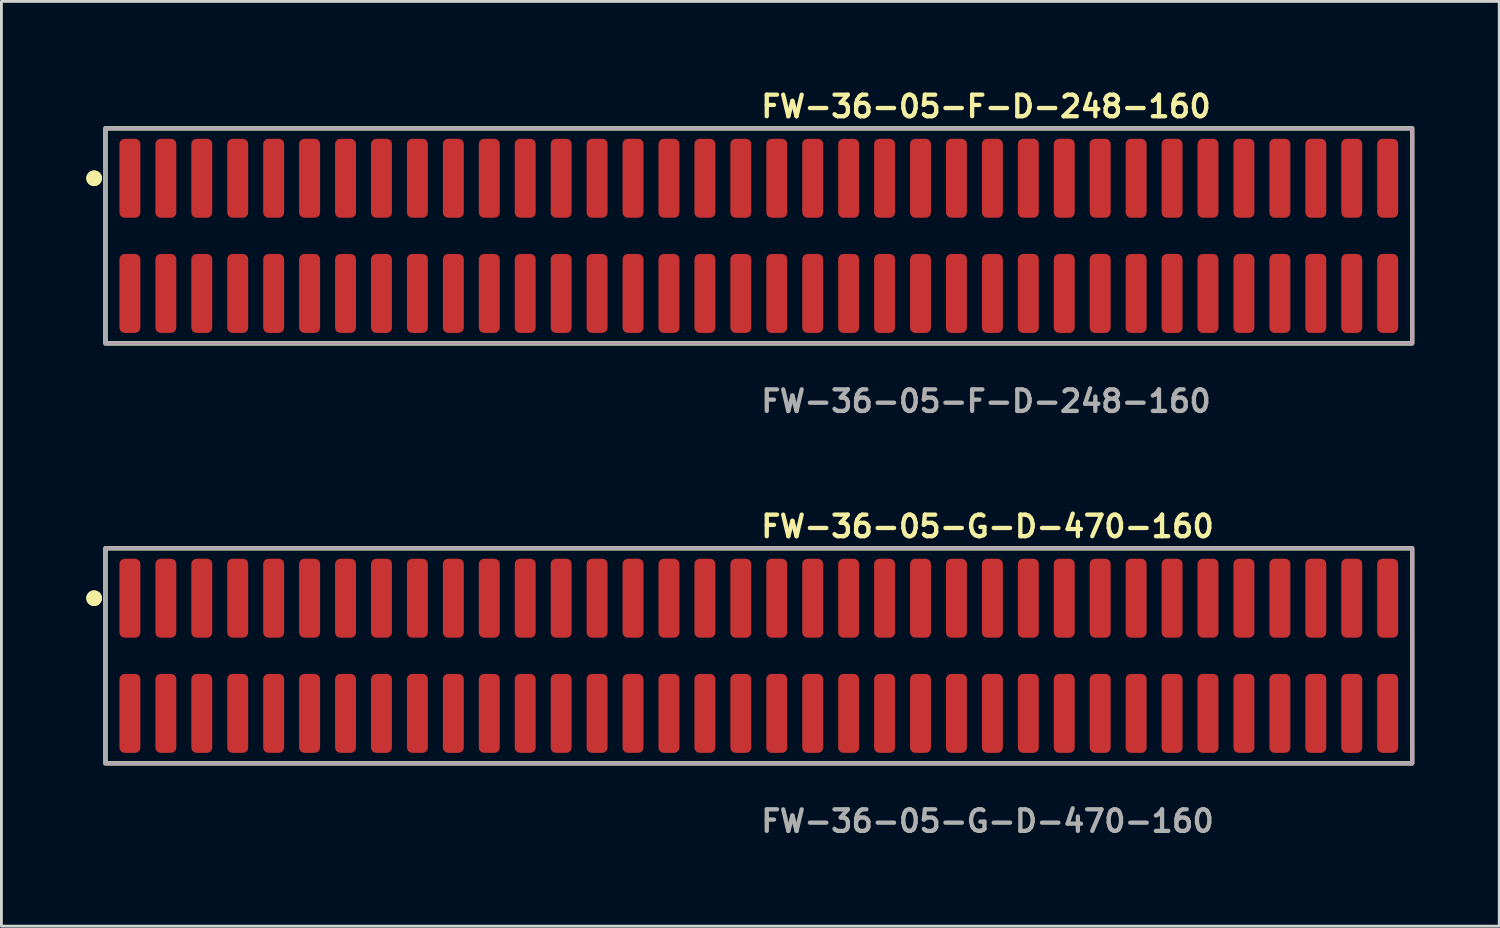
<source format=kicad_pcb>
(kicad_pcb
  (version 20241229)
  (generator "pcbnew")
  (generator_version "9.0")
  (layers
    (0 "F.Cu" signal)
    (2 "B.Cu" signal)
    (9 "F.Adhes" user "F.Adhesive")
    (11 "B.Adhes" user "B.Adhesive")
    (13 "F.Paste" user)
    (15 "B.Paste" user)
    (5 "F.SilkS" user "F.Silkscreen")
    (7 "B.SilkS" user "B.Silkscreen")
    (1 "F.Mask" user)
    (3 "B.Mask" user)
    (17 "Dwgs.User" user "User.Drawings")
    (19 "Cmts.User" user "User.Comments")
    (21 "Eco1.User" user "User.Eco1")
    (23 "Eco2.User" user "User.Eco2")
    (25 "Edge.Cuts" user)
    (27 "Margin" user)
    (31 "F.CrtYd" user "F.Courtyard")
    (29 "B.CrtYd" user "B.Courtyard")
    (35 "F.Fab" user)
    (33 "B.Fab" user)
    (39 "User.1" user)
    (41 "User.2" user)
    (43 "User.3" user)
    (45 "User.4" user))
  (footprint "FW-36-05-F-D-248-160"
    (layer "F.Cu")
    (at 23.766 5.285)
    (property "Reference" "FW-36-05-F-D-248-160" (at 0 -4.572 0) (unlocked yes) (layer "F.SilkS") (effects (font (size 0.762 0.762) (thickness 0.152)) (justify left)))
    (fp_rect (start -23.09 3.8) (end 23.09 -3.8) (stroke (width 0.152) (type solid)) (fill no) (layer "F.SilkS"))
    (fp_circle (center -23.49 -2.035) (end -23.69 -2.035) (stroke (width 0.152) (type solid)) (fill yes) (layer "F.SilkS"))
    (fp_circle (center -23.49 -2.035) (end -23.69 -2.035) (stroke (width 0.152) (type solid)) (fill yes) (layer "F.SilkS"))
    (fp_rect (start -23.09 3.8) (end 23.09 -3.8) (stroke (width 0.006) (type solid)) (fill no) (layer "F.CrtYd"))
    (fp_rect (start -23.09 3.8) (end 23.09 -3.8) (stroke (width 0.152) (type solid)) (fill no) (layer "F.Fab"))
    (fp_text user "${REFERENCE}" (at 0 5.842 0) (unlocked yes) (layer "F.Fab") (effects (font (size 0.762 0.762) (thickness 0.152)) (justify left)))
    (pad "1" smd roundrect (at -22.225 -2.035) (size 0.74 2.79) (layers "F.Cu" "F.Paste") (roundrect_rratio 0.25))
    (pad "2" smd roundrect (at -22.225 2.035) (size 0.74 2.79) (layers "F.Cu" "F.Paste") (roundrect_rratio 0.25))
    (pad "3" smd roundrect (at -20.955 -2.035) (size 0.74 2.79) (layers "F.Cu" "F.Paste") (roundrect_rratio 0.25))
    (pad "4" smd roundrect (at -20.955 2.035) (size 0.74 2.79) (layers "F.Cu" "F.Paste") (roundrect_rratio 0.25))
    (pad "5" smd roundrect (at -19.685 -2.035) (size 0.74 2.79) (layers "F.Cu" "F.Paste") (roundrect_rratio 0.25))
    (pad "6" smd roundrect (at -19.685 2.035) (size 0.74 2.79) (layers "F.Cu" "F.Paste") (roundrect_rratio 0.25))
    (pad "7" smd roundrect (at -18.415 -2.035) (size 0.74 2.79) (layers "F.Cu" "F.Paste") (roundrect_rratio 0.25))
    (pad "8" smd roundrect (at -18.415 2.035) (size 0.74 2.79) (layers "F.Cu" "F.Paste") (roundrect_rratio 0.25))
    (pad "9" smd roundrect (at -17.145 -2.035) (size 0.74 2.79) (layers "F.Cu" "F.Paste") (roundrect_rratio 0.25))
    (pad "10" smd roundrect (at -17.145 2.035) (size 0.74 2.79) (layers "F.Cu" "F.Paste") (roundrect_rratio 0.25))
    (pad "11" smd roundrect (at -15.875 -2.035) (size 0.74 2.79) (layers "F.Cu" "F.Paste") (roundrect_rratio 0.25))
    (pad "12" smd roundrect (at -15.875 2.035) (size 0.74 2.79) (layers "F.Cu" "F.Paste") (roundrect_rratio 0.25))
    (pad "13" smd roundrect (at -14.605 -2.035) (size 0.74 2.79) (layers "F.Cu" "F.Paste") (roundrect_rratio 0.25))
    (pad "14" smd roundrect (at -14.605 2.035) (size 0.74 2.79) (layers "F.Cu" "F.Paste") (roundrect_rratio 0.25))
    (pad "15" smd roundrect (at -13.335 -2.035) (size 0.74 2.79) (layers "F.Cu" "F.Paste") (roundrect_rratio 0.25))
    (pad "16" smd roundrect (at -13.335 2.035) (size 0.74 2.79) (layers "F.Cu" "F.Paste") (roundrect_rratio 0.25))
    (pad "17" smd roundrect (at -12.065 -2.035) (size 0.74 2.79) (layers "F.Cu" "F.Paste") (roundrect_rratio 0.25))
    (pad "18" smd roundrect (at -12.065 2.035) (size 0.74 2.79) (layers "F.Cu" "F.Paste") (roundrect_rratio 0.25))
    (pad "19" smd roundrect (at -10.795 -2.035) (size 0.74 2.79) (layers "F.Cu" "F.Paste") (roundrect_rratio 0.25))
    (pad "20" smd roundrect (at -10.795 2.035) (size 0.74 2.79) (layers "F.Cu" "F.Paste") (roundrect_rratio 0.25))
    (pad "21" smd roundrect (at -9.525 -2.035) (size 0.74 2.79) (layers "F.Cu" "F.Paste") (roundrect_rratio 0.25))
    (pad "22" smd roundrect (at -9.525 2.035) (size 0.74 2.79) (layers "F.Cu" "F.Paste") (roundrect_rratio 0.25))
    (pad "23" smd roundrect (at -8.255 -2.035) (size 0.74 2.79) (layers "F.Cu" "F.Paste") (roundrect_rratio 0.25))
    (pad "24" smd roundrect (at -8.255 2.035) (size 0.74 2.79) (layers "F.Cu" "F.Paste") (roundrect_rratio 0.25))
    (pad "25" smd roundrect (at -6.985 -2.035) (size 0.74 2.79) (layers "F.Cu" "F.Paste") (roundrect_rratio 0.25))
    (pad "26" smd roundrect (at -6.985 2.035) (size 0.74 2.79) (layers "F.Cu" "F.Paste") (roundrect_rratio 0.25))
    (pad "27" smd roundrect (at -5.715 -2.035) (size 0.74 2.79) (layers "F.Cu" "F.Paste") (roundrect_rratio 0.25))
    (pad "28" smd roundrect (at -5.715 2.035) (size 0.74 2.79) (layers "F.Cu" "F.Paste") (roundrect_rratio 0.25))
    (pad "29" smd roundrect (at -4.445 -2.035) (size 0.74 2.79) (layers "F.Cu" "F.Paste") (roundrect_rratio 0.25))
    (pad "30" smd roundrect (at -4.445 2.035) (size 0.74 2.79) (layers "F.Cu" "F.Paste") (roundrect_rratio 0.25))
    (pad "31" smd roundrect (at -3.175 -2.035) (size 0.74 2.79) (layers "F.Cu" "F.Paste") (roundrect_rratio 0.25))
    (pad "32" smd roundrect (at -3.175 2.035) (size 0.74 2.79) (layers "F.Cu" "F.Paste") (roundrect_rratio 0.25))
    (pad "33" smd roundrect (at -1.905 -2.035) (size 0.74 2.79) (layers "F.Cu" "F.Paste") (roundrect_rratio 0.25))
    (pad "34" smd roundrect (at -1.905 2.035) (size 0.74 2.79) (layers "F.Cu" "F.Paste") (roundrect_rratio 0.25))
    (pad "35" smd roundrect (at -0.635 -2.035) (size 0.74 2.79) (layers "F.Cu" "F.Paste") (roundrect_rratio 0.25))
    (pad "36" smd roundrect (at -0.635 2.035) (size 0.74 2.79) (layers "F.Cu" "F.Paste") (roundrect_rratio 0.25))
    (pad "37" smd roundrect (at 0.635 -2.035) (size 0.74 2.79) (layers "F.Cu" "F.Paste") (roundrect_rratio 0.25))
    (pad "38" smd roundrect (at 0.635 2.035) (size 0.74 2.79) (layers "F.Cu" "F.Paste") (roundrect_rratio 0.25))
    (pad "39" smd roundrect (at 1.905 -2.035) (size 0.74 2.79) (layers "F.Cu" "F.Paste") (roundrect_rratio 0.25))
    (pad "40" smd roundrect (at 1.905 2.035) (size 0.74 2.79) (layers "F.Cu" "F.Paste") (roundrect_rratio 0.25))
    (pad "41" smd roundrect (at 3.175 -2.035) (size 0.74 2.79) (layers "F.Cu" "F.Paste") (roundrect_rratio 0.25))
    (pad "42" smd roundrect (at 3.175 2.035) (size 0.74 2.79) (layers "F.Cu" "F.Paste") (roundrect_rratio 0.25))
    (pad "43" smd roundrect (at 4.445 -2.035) (size 0.74 2.79) (layers "F.Cu" "F.Paste") (roundrect_rratio 0.25))
    (pad "44" smd roundrect (at 4.445 2.035) (size 0.74 2.79) (layers "F.Cu" "F.Paste") (roundrect_rratio 0.25))
    (pad "45" smd roundrect (at 5.715 -2.035) (size 0.74 2.79) (layers "F.Cu" "F.Paste") (roundrect_rratio 0.25))
    (pad "46" smd roundrect (at 5.715 2.035) (size 0.74 2.79) (layers "F.Cu" "F.Paste") (roundrect_rratio 0.25))
    (pad "47" smd roundrect (at 6.985 -2.035) (size 0.74 2.79) (layers "F.Cu" "F.Paste") (roundrect_rratio 0.25))
    (pad "48" smd roundrect (at 6.985 2.035) (size 0.74 2.79) (layers "F.Cu" "F.Paste") (roundrect_rratio 0.25))
    (pad "49" smd roundrect (at 8.255 -2.035) (size 0.74 2.79) (layers "F.Cu" "F.Paste") (roundrect_rratio 0.25))
    (pad "50" smd roundrect (at 8.255 2.035) (size 0.74 2.79) (layers "F.Cu" "F.Paste") (roundrect_rratio 0.25))
    (pad "51" smd roundrect (at 9.525 -2.035) (size 0.74 2.79) (layers "F.Cu" "F.Paste") (roundrect_rratio 0.25))
    (pad "52" smd roundrect (at 9.525 2.035) (size 0.74 2.79) (layers "F.Cu" "F.Paste") (roundrect_rratio 0.25))
    (pad "53" smd roundrect (at 10.795 -2.035) (size 0.74 2.79) (layers "F.Cu" "F.Paste") (roundrect_rratio 0.25))
    (pad "54" smd roundrect (at 10.795 2.035) (size 0.74 2.79) (layers "F.Cu" "F.Paste") (roundrect_rratio 0.25))
    (pad "55" smd roundrect (at 12.065 -2.035) (size 0.74 2.79) (layers "F.Cu" "F.Paste") (roundrect_rratio 0.25))
    (pad "56" smd roundrect (at 12.065 2.035) (size 0.74 2.79) (layers "F.Cu" "F.Paste") (roundrect_rratio 0.25))
    (pad "57" smd roundrect (at 13.335 -2.035) (size 0.74 2.79) (layers "F.Cu" "F.Paste") (roundrect_rratio 0.25))
    (pad "58" smd roundrect (at 13.335 2.035) (size 0.74 2.79) (layers "F.Cu" "F.Paste") (roundrect_rratio 0.25))
    (pad "59" smd roundrect (at 14.605 -2.035) (size 0.74 2.79) (layers "F.Cu" "F.Paste") (roundrect_rratio 0.25))
    (pad "60" smd roundrect (at 14.605 2.035) (size 0.74 2.79) (layers "F.Cu" "F.Paste") (roundrect_rratio 0.25))
    (pad "61" smd roundrect (at 15.875 -2.035) (size 0.74 2.79) (layers "F.Cu" "F.Paste") (roundrect_rratio 0.25))
    (pad "62" smd roundrect (at 15.875 2.035) (size 0.74 2.79) (layers "F.Cu" "F.Paste") (roundrect_rratio 0.25))
    (pad "63" smd roundrect (at 17.145 -2.035) (size 0.74 2.79) (layers "F.Cu" "F.Paste") (roundrect_rratio 0.25))
    (pad "64" smd roundrect (at 17.145 2.035) (size 0.74 2.79) (layers "F.Cu" "F.Paste") (roundrect_rratio 0.25))
    (pad "65" smd roundrect (at 18.415 -2.035) (size 0.74 2.79) (layers "F.Cu" "F.Paste") (roundrect_rratio 0.25))
    (pad "66" smd roundrect (at 18.415 2.035) (size 0.74 2.79) (layers "F.Cu" "F.Paste") (roundrect_rratio 0.25))
    (pad "67" smd roundrect (at 19.685 -2.035) (size 0.74 2.79) (layers "F.Cu" "F.Paste") (roundrect_rratio 0.25))
    (pad "68" smd roundrect (at 19.685 2.035) (size 0.74 2.79) (layers "F.Cu" "F.Paste") (roundrect_rratio 0.25))
    (pad "69" smd roundrect (at 20.955 -2.035) (size 0.74 2.79) (layers "F.Cu" "F.Paste") (roundrect_rratio 0.25))
    (pad "70" smd roundrect (at 20.955 2.035) (size 0.74 2.79) (layers "F.Cu" "F.Paste") (roundrect_rratio 0.25))
    (pad "71" smd roundrect (at 22.225 -2.035) (size 0.74 2.79) (layers "F.Cu" "F.Paste") (roundrect_rratio 0.25))
    (pad "72" smd roundrect (at 22.225 2.035) (size 0.74 2.79) (layers "F.Cu" "F.Paste") (roundrect_rratio 0.25)))
  (footprint "FW-36-05-G-D-470-160"
    (layer "F.Cu")
    (at 23.766 20.126)
    (property "Reference" "FW-36-05-G-D-470-160" (at 0 -4.572 0) (unlocked yes) (layer "F.SilkS") (effects (font (size 0.762 0.762) (thickness 0.152)) (justify left)))
    (fp_rect (start -23.09 3.8) (end 23.09 -3.8) (stroke (width 0.152) (type solid)) (fill no) (layer "F.SilkS"))
    (fp_circle (center -23.49 -2.035) (end -23.69 -2.035) (stroke (width 0.152) (type solid)) (fill yes) (layer "F.SilkS"))
    (fp_circle (center -23.49 -2.035) (end -23.69 -2.035) (stroke (width 0.152) (type solid)) (fill yes) (layer "F.SilkS"))
    (fp_rect (start -23.09 3.8) (end 23.09 -3.8) (stroke (width 0.006) (type solid)) (fill no) (layer "F.CrtYd"))
    (fp_rect (start -23.09 3.8) (end 23.09 -3.8) (stroke (width 0.152) (type solid)) (fill no) (layer "F.Fab"))
    (fp_text user "${REFERENCE}" (at 0 5.842 0) (unlocked yes) (layer "F.Fab") (effects (font (size 0.762 0.762) (thickness 0.152)) (justify left)))
    (pad "1" smd roundrect (at -22.225 -2.035) (size 0.74 2.79) (layers "F.Cu" "F.Paste") (roundrect_rratio 0.25))
    (pad "2" smd roundrect (at -22.225 2.035) (size 0.74 2.79) (layers "F.Cu" "F.Paste") (roundrect_rratio 0.25))
    (pad "3" smd roundrect (at -20.955 -2.035) (size 0.74 2.79) (layers "F.Cu" "F.Paste") (roundrect_rratio 0.25))
    (pad "4" smd roundrect (at -20.955 2.035) (size 0.74 2.79) (layers "F.Cu" "F.Paste") (roundrect_rratio 0.25))
    (pad "5" smd roundrect (at -19.685 -2.035) (size 0.74 2.79) (layers "F.Cu" "F.Paste") (roundrect_rratio 0.25))
    (pad "6" smd roundrect (at -19.685 2.035) (size 0.74 2.79) (layers "F.Cu" "F.Paste") (roundrect_rratio 0.25))
    (pad "7" smd roundrect (at -18.415 -2.035) (size 0.74 2.79) (layers "F.Cu" "F.Paste") (roundrect_rratio 0.25))
    (pad "8" smd roundrect (at -18.415 2.035) (size 0.74 2.79) (layers "F.Cu" "F.Paste") (roundrect_rratio 0.25))
    (pad "9" smd roundrect (at -17.145 -2.035) (size 0.74 2.79) (layers "F.Cu" "F.Paste") (roundrect_rratio 0.25))
    (pad "10" smd roundrect (at -17.145 2.035) (size 0.74 2.79) (layers "F.Cu" "F.Paste") (roundrect_rratio 0.25))
    (pad "11" smd roundrect (at -15.875 -2.035) (size 0.74 2.79) (layers "F.Cu" "F.Paste") (roundrect_rratio 0.25))
    (pad "12" smd roundrect (at -15.875 2.035) (size 0.74 2.79) (layers "F.Cu" "F.Paste") (roundrect_rratio 0.25))
    (pad "13" smd roundrect (at -14.605 -2.035) (size 0.74 2.79) (layers "F.Cu" "F.Paste") (roundrect_rratio 0.25))
    (pad "14" smd roundrect (at -14.605 2.035) (size 0.74 2.79) (layers "F.Cu" "F.Paste") (roundrect_rratio 0.25))
    (pad "15" smd roundrect (at -13.335 -2.035) (size 0.74 2.79) (layers "F.Cu" "F.Paste") (roundrect_rratio 0.25))
    (pad "16" smd roundrect (at -13.335 2.035) (size 0.74 2.79) (layers "F.Cu" "F.Paste") (roundrect_rratio 0.25))
    (pad "17" smd roundrect (at -12.065 -2.035) (size 0.74 2.79) (layers "F.Cu" "F.Paste") (roundrect_rratio 0.25))
    (pad "18" smd roundrect (at -12.065 2.035) (size 0.74 2.79) (layers "F.Cu" "F.Paste") (roundrect_rratio 0.25))
    (pad "19" smd roundrect (at -10.795 -2.035) (size 0.74 2.79) (layers "F.Cu" "F.Paste") (roundrect_rratio 0.25))
    (pad "20" smd roundrect (at -10.795 2.035) (size 0.74 2.79) (layers "F.Cu" "F.Paste") (roundrect_rratio 0.25))
    (pad "21" smd roundrect (at -9.525 -2.035) (size 0.74 2.79) (layers "F.Cu" "F.Paste") (roundrect_rratio 0.25))
    (pad "22" smd roundrect (at -9.525 2.035) (size 0.74 2.79) (layers "F.Cu" "F.Paste") (roundrect_rratio 0.25))
    (pad "23" smd roundrect (at -8.255 -2.035) (size 0.74 2.79) (layers "F.Cu" "F.Paste") (roundrect_rratio 0.25))
    (pad "24" smd roundrect (at -8.255 2.035) (size 0.74 2.79) (layers "F.Cu" "F.Paste") (roundrect_rratio 0.25))
    (pad "25" smd roundrect (at -6.985 -2.035) (size 0.74 2.79) (layers "F.Cu" "F.Paste") (roundrect_rratio 0.25))
    (pad "26" smd roundrect (at -6.985 2.035) (size 0.74 2.79) (layers "F.Cu" "F.Paste") (roundrect_rratio 0.25))
    (pad "27" smd roundrect (at -5.715 -2.035) (size 0.74 2.79) (layers "F.Cu" "F.Paste") (roundrect_rratio 0.25))
    (pad "28" smd roundrect (at -5.715 2.035) (size 0.74 2.79) (layers "F.Cu" "F.Paste") (roundrect_rratio 0.25))
    (pad "29" smd roundrect (at -4.445 -2.035) (size 0.74 2.79) (layers "F.Cu" "F.Paste") (roundrect_rratio 0.25))
    (pad "30" smd roundrect (at -4.445 2.035) (size 0.74 2.79) (layers "F.Cu" "F.Paste") (roundrect_rratio 0.25))
    (pad "31" smd roundrect (at -3.175 -2.035) (size 0.74 2.79) (layers "F.Cu" "F.Paste") (roundrect_rratio 0.25))
    (pad "32" smd roundrect (at -3.175 2.035) (size 0.74 2.79) (layers "F.Cu" "F.Paste") (roundrect_rratio 0.25))
    (pad "33" smd roundrect (at -1.905 -2.035) (size 0.74 2.79) (layers "F.Cu" "F.Paste") (roundrect_rratio 0.25))
    (pad "34" smd roundrect (at -1.905 2.035) (size 0.74 2.79) (layers "F.Cu" "F.Paste") (roundrect_rratio 0.25))
    (pad "35" smd roundrect (at -0.635 -2.035) (size 0.74 2.79) (layers "F.Cu" "F.Paste") (roundrect_rratio 0.25))
    (pad "36" smd roundrect (at -0.635 2.035) (size 0.74 2.79) (layers "F.Cu" "F.Paste") (roundrect_rratio 0.25))
    (pad "37" smd roundrect (at 0.635 -2.035) (size 0.74 2.79) (layers "F.Cu" "F.Paste") (roundrect_rratio 0.25))
    (pad "38" smd roundrect (at 0.635 2.035) (size 0.74 2.79) (layers "F.Cu" "F.Paste") (roundrect_rratio 0.25))
    (pad "39" smd roundrect (at 1.905 -2.035) (size 0.74 2.79) (layers "F.Cu" "F.Paste") (roundrect_rratio 0.25))
    (pad "40" smd roundrect (at 1.905 2.035) (size 0.74 2.79) (layers "F.Cu" "F.Paste") (roundrect_rratio 0.25))
    (pad "41" smd roundrect (at 3.175 -2.035) (size 0.74 2.79) (layers "F.Cu" "F.Paste") (roundrect_rratio 0.25))
    (pad "42" smd roundrect (at 3.175 2.035) (size 0.74 2.79) (layers "F.Cu" "F.Paste") (roundrect_rratio 0.25))
    (pad "43" smd roundrect (at 4.445 -2.035) (size 0.74 2.79) (layers "F.Cu" "F.Paste") (roundrect_rratio 0.25))
    (pad "44" smd roundrect (at 4.445 2.035) (size 0.74 2.79) (layers "F.Cu" "F.Paste") (roundrect_rratio 0.25))
    (pad "45" smd roundrect (at 5.715 -2.035) (size 0.74 2.79) (layers "F.Cu" "F.Paste") (roundrect_rratio 0.25))
    (pad "46" smd roundrect (at 5.715 2.035) (size 0.74 2.79) (layers "F.Cu" "F.Paste") (roundrect_rratio 0.25))
    (pad "47" smd roundrect (at 6.985 -2.035) (size 0.74 2.79) (layers "F.Cu" "F.Paste") (roundrect_rratio 0.25))
    (pad "48" smd roundrect (at 6.985 2.035) (size 0.74 2.79) (layers "F.Cu" "F.Paste") (roundrect_rratio 0.25))
    (pad "49" smd roundrect (at 8.255 -2.035) (size 0.74 2.79) (layers "F.Cu" "F.Paste") (roundrect_rratio 0.25))
    (pad "50" smd roundrect (at 8.255 2.035) (size 0.74 2.79) (layers "F.Cu" "F.Paste") (roundrect_rratio 0.25))
    (pad "51" smd roundrect (at 9.525 -2.035) (size 0.74 2.79) (layers "F.Cu" "F.Paste") (roundrect_rratio 0.25))
    (pad "52" smd roundrect (at 9.525 2.035) (size 0.74 2.79) (layers "F.Cu" "F.Paste") (roundrect_rratio 0.25))
    (pad "53" smd roundrect (at 10.795 -2.035) (size 0.74 2.79) (layers "F.Cu" "F.Paste") (roundrect_rratio 0.25))
    (pad "54" smd roundrect (at 10.795 2.035) (size 0.74 2.79) (layers "F.Cu" "F.Paste") (roundrect_rratio 0.25))
    (pad "55" smd roundrect (at 12.065 -2.035) (size 0.74 2.79) (layers "F.Cu" "F.Paste") (roundrect_rratio 0.25))
    (pad "56" smd roundrect (at 12.065 2.035) (size 0.74 2.79) (layers "F.Cu" "F.Paste") (roundrect_rratio 0.25))
    (pad "57" smd roundrect (at 13.335 -2.035) (size 0.74 2.79) (layers "F.Cu" "F.Paste") (roundrect_rratio 0.25))
    (pad "58" smd roundrect (at 13.335 2.035) (size 0.74 2.79) (layers "F.Cu" "F.Paste") (roundrect_rratio 0.25))
    (pad "59" smd roundrect (at 14.605 -2.035) (size 0.74 2.79) (layers "F.Cu" "F.Paste") (roundrect_rratio 0.25))
    (pad "60" smd roundrect (at 14.605 2.035) (size 0.74 2.79) (layers "F.Cu" "F.Paste") (roundrect_rratio 0.25))
    (pad "61" smd roundrect (at 15.875 -2.035) (size 0.74 2.79) (layers "F.Cu" "F.Paste") (roundrect_rratio 0.25))
    (pad "62" smd roundrect (at 15.875 2.035) (size 0.74 2.79) (layers "F.Cu" "F.Paste") (roundrect_rratio 0.25))
    (pad "63" smd roundrect (at 17.145 -2.035) (size 0.74 2.79) (layers "F.Cu" "F.Paste") (roundrect_rratio 0.25))
    (pad "64" smd roundrect (at 17.145 2.035) (size 0.74 2.79) (layers "F.Cu" "F.Paste") (roundrect_rratio 0.25))
    (pad "65" smd roundrect (at 18.415 -2.035) (size 0.74 2.79) (layers "F.Cu" "F.Paste") (roundrect_rratio 0.25))
    (pad "66" smd roundrect (at 18.415 2.035) (size 0.74 2.79) (layers "F.Cu" "F.Paste") (roundrect_rratio 0.25))
    (pad "67" smd roundrect (at 19.685 -2.035) (size 0.74 2.79) (layers "F.Cu" "F.Paste") (roundrect_rratio 0.25))
    (pad "68" smd roundrect (at 19.685 2.035) (size 0.74 2.79) (layers "F.Cu" "F.Paste") (roundrect_rratio 0.25))
    (pad "69" smd roundrect (at 20.955 -2.035) (size 0.74 2.79) (layers "F.Cu" "F.Paste") (roundrect_rratio 0.25))
    (pad "70" smd roundrect (at 20.955 2.035) (size 0.74 2.79) (layers "F.Cu" "F.Paste") (roundrect_rratio 0.25))
    (pad "71" smd roundrect (at 22.225 -2.035) (size 0.74 2.79) (layers "F.Cu" "F.Paste") (roundrect_rratio 0.25))
    (pad "72" smd roundrect (at 22.225 2.035) (size 0.74 2.79) (layers "F.Cu" "F.Paste") (roundrect_rratio 0.25)))
  (gr_rect
    (start -3 -3)
    (end 49.932 29.681)
    (stroke (width 0.1) (type default))
    (fill no)
    (layer "Edge.Cuts")))
</source>
